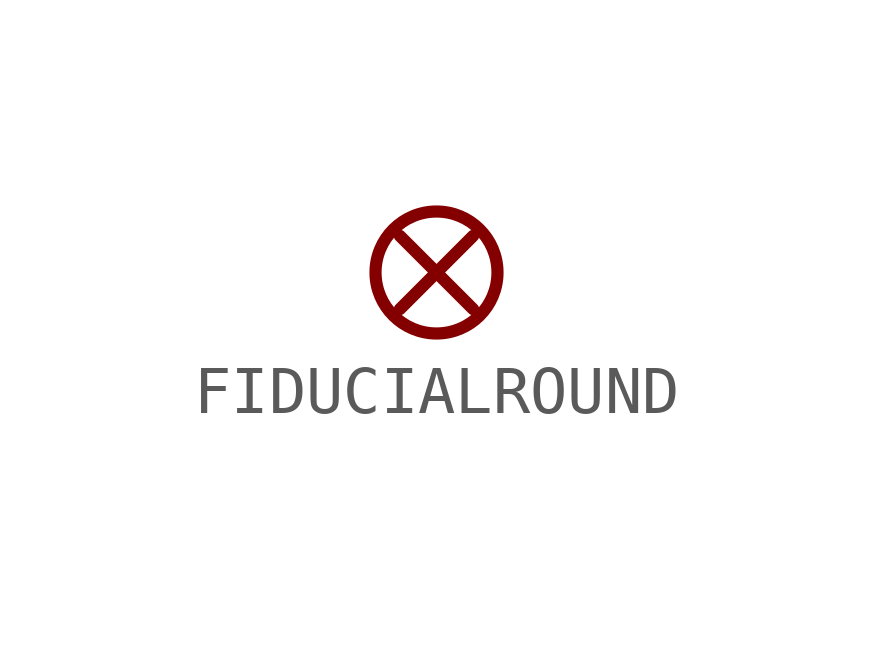
<source format=kicad_sym>
(kicad_symbol_lib
  (version 20231120)
  (generator "kicad_symbol_editor")
  (generator_version "8.0")
  (symbol "FIDUCIALROUND"
    (property "Reference" "FID"
      (at 0 0 0)
      (effects (font (size 1.27 1.27)) (hide yes)))
    (property "ki_locked" ""
      (at 0 0 0)
      (effects (font (size 1.27 1.27))))
    (symbol "FIDUCIALROUND_1_0"
      (polyline (pts (xy -0.762 0.762) (xy 0.762 -0.762)) (stroke (width 0.254) (type solid)) (fill (type none)))
      (polyline (pts (xy 0.762 0.762) (xy -0.762 -0.762)) (stroke (width 0.254) (type solid)) (fill (type none)))
      (circle (center 0 0) (radius 1.27) (stroke (width 0.254) (type solid)) (fill (type none))))))
</source>
